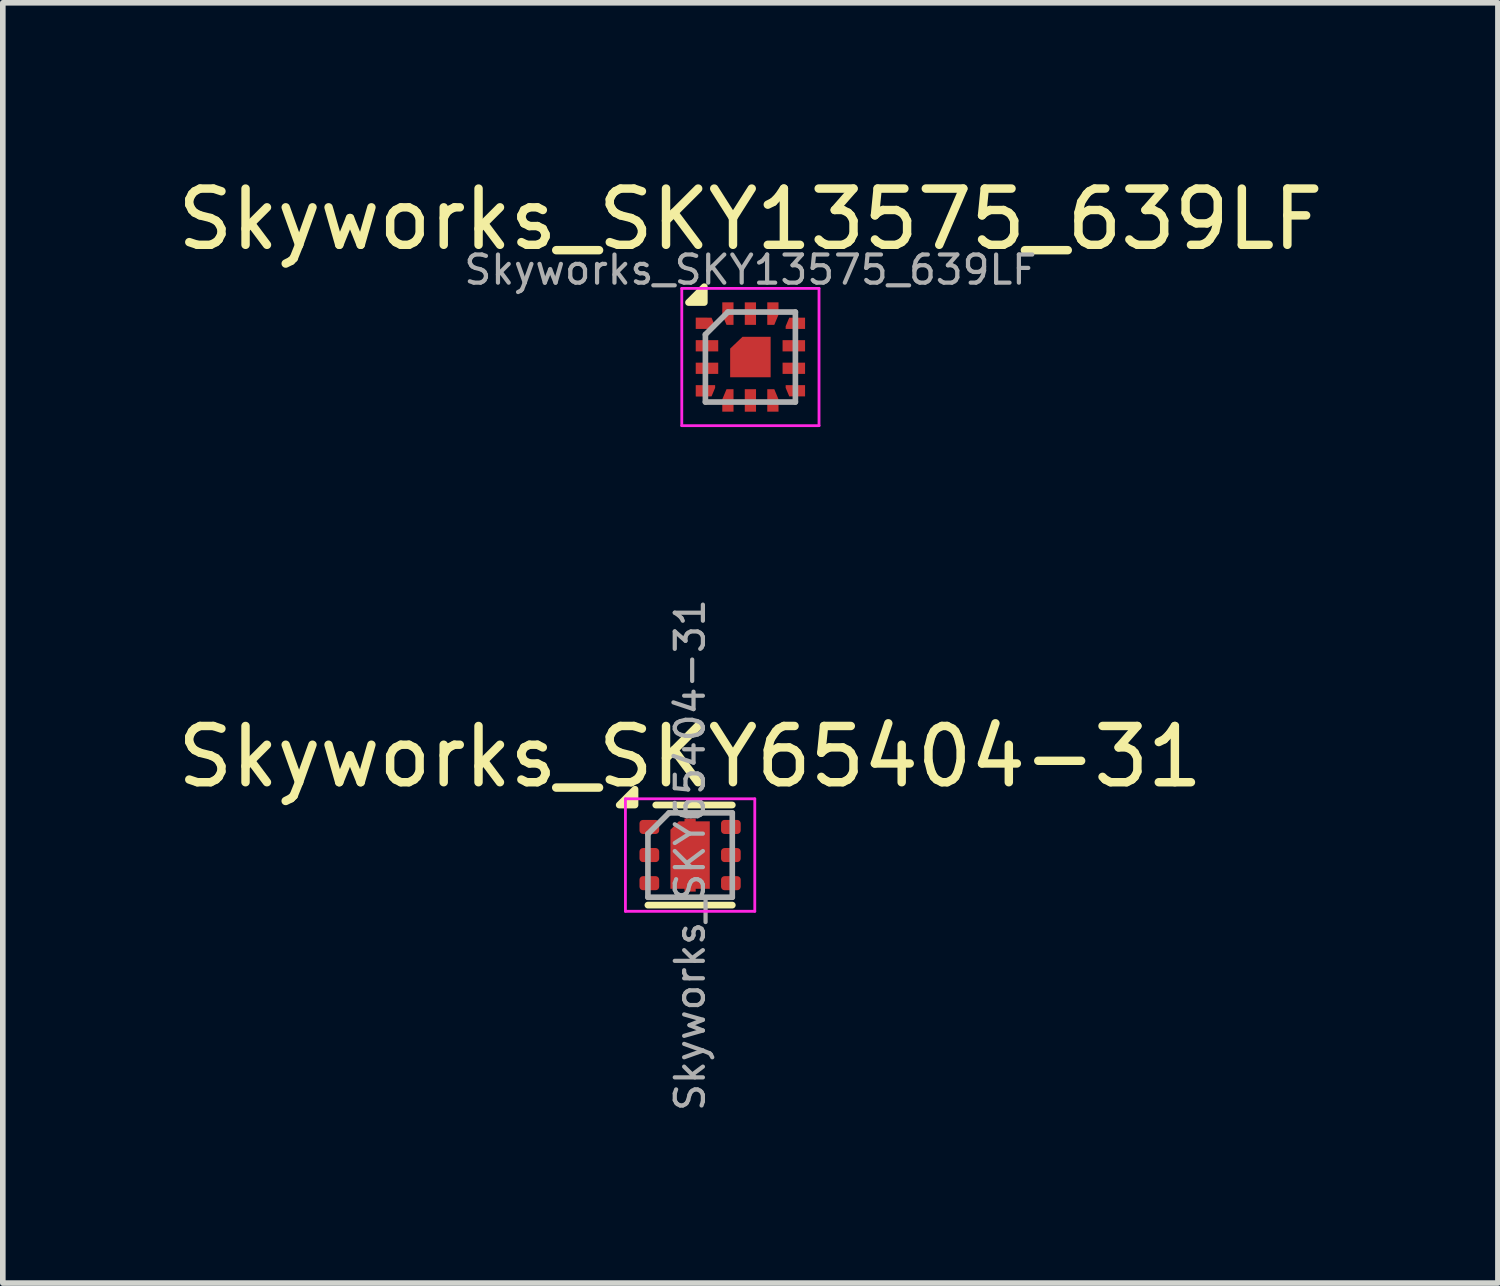
<source format=kicad_pcb>
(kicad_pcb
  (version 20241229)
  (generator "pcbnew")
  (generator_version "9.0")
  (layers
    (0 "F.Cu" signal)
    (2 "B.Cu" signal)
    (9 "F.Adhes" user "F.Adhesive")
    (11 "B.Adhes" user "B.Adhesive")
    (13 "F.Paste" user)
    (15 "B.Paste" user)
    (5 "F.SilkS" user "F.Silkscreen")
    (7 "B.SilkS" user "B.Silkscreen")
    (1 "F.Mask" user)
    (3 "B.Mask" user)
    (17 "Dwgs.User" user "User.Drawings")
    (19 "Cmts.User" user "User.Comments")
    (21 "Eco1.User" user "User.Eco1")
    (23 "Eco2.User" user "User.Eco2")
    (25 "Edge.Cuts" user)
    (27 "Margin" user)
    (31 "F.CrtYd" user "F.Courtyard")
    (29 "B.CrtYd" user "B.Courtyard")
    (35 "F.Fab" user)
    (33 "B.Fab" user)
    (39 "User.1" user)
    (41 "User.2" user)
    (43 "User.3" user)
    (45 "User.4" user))
  (footprint "Skyworks_SKY65404-31"
    (layer "F.Cu")
    (at 9.22 12.153)
    (property "Reference" "Skyworks_SKY65404-31" (at 0 -1.75 0) (layer "F.SilkS") (effects (font (size 1 1) (thickness 0.15))))
    (attr smd)
    (fp_line (start -0.75 0.89) (end 0.75 0.89) (stroke (width 0.12) (type solid)) (layer "F.SilkS"))
    (fp_line (start -0.61 -0.89) (end 0.75 -0.89) (stroke (width 0.12) (type solid)) (layer "F.SilkS"))
    (fp_poly (pts (xy -0.98 -0.89) (xy -1.26 -0.89) (xy -0.98 -1.17) (xy -0.98 -0.89)) (stroke (width 0.12) (type solid)) (fill yes) (layer "F.SilkS"))
    (fp_line (start -1.15 -1) (end 1.15 -1) (stroke (width 0.05) (type solid)) (layer "F.CrtYd"))
    (fp_line (start -1.15 1) (end -1.15 -1) (stroke (width 0.05) (type solid)) (layer "F.CrtYd"))
    (fp_line (start 1.15 -1) (end 1.15 1) (stroke (width 0.05) (type solid)) (layer "F.CrtYd"))
    (fp_line (start 1.15 1) (end -1.15 1) (stroke (width 0.05) (type solid)) (layer "F.CrtYd"))
    (fp_line (start -0.75 -0.375) (end -0.375 -0.75) (stroke (width 0.1) (type solid)) (layer "F.Fab"))
    (fp_line (start -0.75 0.75) (end -0.75 -0.375) (stroke (width 0.1) (type solid)) (layer "F.Fab"))
    (fp_line (start -0.375 -0.75) (end 0.75 -0.75) (stroke (width 0.1) (type solid)) (layer "F.Fab"))
    (fp_line (start 0.75 -0.75) (end 0.75 0.75) (stroke (width 0.1) (type solid)) (layer "F.Fab"))
    (fp_line (start 0.75 0.75) (end -0.75 0.75) (stroke (width 0.1) (type solid)) (layer "F.Fab"))
    (fp_text user "${REFERENCE}" (at 0 0 270) (layer "F.Fab") (effects (font (size 0.5 0.5) (thickness 0.075))))
    (pad "1" smd roundrect (at -0.725 -0.5) (size 0.35 0.25) (layers "F.Cu" "F.Mask" "F.Paste") (roundrect_rratio 0.25))
    (pad "2" smd roundrect (at -0.725 0) (size 0.35 0.25) (layers "F.Cu" "F.Mask" "F.Paste") (roundrect_rratio 0.25))
    (pad "3" smd roundrect (at -0.725 0.5) (size 0.35 0.25) (layers "F.Cu" "F.Mask" "F.Paste") (roundrect_rratio 0.25))
    (pad "4" smd roundrect (at 0.725 0.5) (size 0.35 0.25) (layers "F.Cu" "F.Mask" "F.Paste") (roundrect_rratio 0.25))
    (pad "5" smd roundrect (at 0.725 0) (size 0.35 0.25) (layers "F.Cu" "F.Mask" "F.Paste") (roundrect_rratio 0.25))
    (pad "6" smd roundrect (at 0.725 -0.5) (size 0.35 0.25) (layers "F.Cu" "F.Mask" "F.Paste") (roundrect_rratio 0.25))
    (pad "7" smd custom (at 0 0) (size 0.35 0.25) (layers "F.Cu" "F.Mask" "F.Paste") (options (anchor rect)) (primitives (gr_poly (pts (xy 0.1 -0.6) (xy 0.35 -0.6) (xy 0.35 0.6) (xy 0.1 0.6) (xy 0.1 0.65) (xy -0.1 0.65) (xy -0.1 0.6) (xy -0.35 0.6) (xy -0.35 -0.45) (xy -0.2 -0.6) (xy -0.1 -0.6) (xy -0.1 -0.65) (xy 0.1 -0.65)) (width 0) (fill yes)))))
  (footprint "Skyworks_SKY13575_639LF"
    (layer "F.Cu")
    (at 10.292 3.298)
    (property "Reference" "Skyworks_SKY13575_639LF" (at 0 -2.45 0) (layer "F.SilkS") (effects (font (size 1 1) (thickness 0.15))))
    (attr smd)
    (fp_poly (pts (xy -0.82 -0.97) (xy -1.1 -0.97) (xy -0.82 -1.25) (xy -0.82 -0.97)) (stroke (width 0.12) (type solid)) (fill yes) (layer "F.SilkS"))
    (fp_line (start -1.22 -1.22) (end -1.22 1.22) (stroke (width 0.05) (type solid)) (layer "F.CrtYd"))
    (fp_line (start -1.22 1.22) (end 1.22 1.22) (stroke (width 0.05) (type solid)) (layer "F.CrtYd"))
    (fp_line (start 1.22 -1.22) (end -1.22 -1.22) (stroke (width 0.05) (type solid)) (layer "F.CrtYd"))
    (fp_line (start 1.22 1.22) (end 1.22 -1.22) (stroke (width 0.05) (type solid)) (layer "F.CrtYd"))
    (fp_line (start -0.8 -0.4) (end -0.8 0.8) (stroke (width 0.1) (type solid)) (layer "F.Fab"))
    (fp_line (start -0.8 0.8) (end 0.8 0.8) (stroke (width 0.1) (type solid)) (layer "F.Fab"))
    (fp_line (start -0.4 -0.8) (end -0.8 -0.4) (stroke (width 0.1) (type solid)) (layer "F.Fab"))
    (fp_line (start 0.8 -0.8) (end -0.4 -0.8) (stroke (width 0.1) (type solid)) (layer "F.Fab"))
    (fp_line (start 0.8 0.8) (end 0.8 -0.8) (stroke (width 0.1) (type solid)) (layer "F.Fab"))
    (fp_text user "${REFERENCE}" (at 0 -1.55 0) (layer "F.Fab") (effects (font (size 0.5 0.5) (thickness 0.075))))
    (pad "" smd rect (at -0.185 0.185) (size 0.29 0.29) (layers "F.Paste"))
    (pad "" smd custom (at -0.17 -0.17) (size 0.1 0.1) (layers "F.Paste") (options (anchor rect)) (primitives (gr_poly (pts (xy 0.13 0.13) (xy -0.16 0.13) (xy -0.16 0.03) (xy 0.04 -0.16) (xy 0.13 -0.16)) (width 0) (fill yes))))
    (pad "" smd rect (at 0.185 -0.185) (size 0.29 0.29) (layers "F.Paste"))
    (pad "" smd rect (at 0.185 0.185) (size 0.29 0.29) (layers "F.Paste"))
    (pad "1" smd custom (at -0.866 -0.601) (size 0.2 0.2) (layers "F.Cu" "F.Mask" "F.Paste") (options (anchor rect)) (primitives (gr_poly (pts (xy 0.239 0.053) (xy 0.239 0.101) (xy -0.106 0.101) (xy -0.106 -0.099) (xy 0.175 -0.099)) (width 0) (fill yes))))
    (pad "2" smd rect (at -0.772 -0.2) (size 0.4 0.2) (layers "F.Cu" "F.Mask" "F.Paste"))
    (pad "3" smd rect (at -0.772 0.2) (size 0.4 0.2) (layers "F.Cu" "F.Mask" "F.Paste"))
    (pad "4" smd custom (at -0.866 0.602) (size 0.2 0.2) (layers "F.Cu" "F.Mask" "F.Paste") (options (anchor rect)) (primitives (gr_poly (pts (xy 0.239 -0.054) (xy 0.175 0.098) (xy -0.106 0.098) (xy -0.106 -0.102) (xy 0.239 -0.102)) (width 0) (fill yes))))
    (pad "5" smd custom (at -0.4 0.871) (size 0.19 0.2) (layers "F.Cu" "F.Mask" "F.Paste") (options (anchor rect)) (primitives (gr_poly (pts (xy 0.1 0.101) (xy -0.1 0.101) (xy -0.1 -0.119) (xy -0.025 -0.299) (xy 0.1 -0.299)) (width 0) (fill yes))))
    (pad "6" smd rect (at 0 0.772 90) (size 0.4 0.2) (layers "F.Cu" "F.Mask" "F.Paste"))
    (pad "7" smd custom (at 0.4 0.87) (size 0.19 0.2) (layers "F.Cu" "F.Mask" "F.Paste") (options (anchor rect)) (primitives (gr_poly (pts (xy 0.1 -0.118) (xy 0.1 0.102) (xy -0.1 0.102) (xy -0.1 -0.298) (xy 0.025 -0.298)) (width 0) (fill yes))))
    (pad "8" smd custom (at 0.871 0.6) (size 0.2 0.2) (layers "F.Cu" "F.Mask" "F.Paste") (options (anchor rect)) (primitives (gr_poly (pts (xy 0.101 0.1) (xy -0.18 0.1) (xy -0.244 -0.052) (xy -0.244 -0.1) (xy 0.101 -0.1)) (width 0) (fill yes))))
    (pad "9" smd rect (at 0.772 0.2) (size 0.4 0.2) (layers "F.Cu" "F.Mask" "F.Paste"))
    (pad "10" smd rect (at 0.772 -0.2) (size 0.4 0.2) (layers "F.Cu" "F.Mask" "F.Paste"))
    (pad "11" smd custom (at 0.872 -0.6) (size 0.2 0.2) (layers "F.Cu" "F.Mask" "F.Paste") (options (anchor rect)) (primitives (gr_poly (pts (xy 0.1 0.1) (xy -0.245 0.1) (xy -0.245 0.052) (xy -0.181 -0.1) (xy 0.1 -0.1)) (width 0) (fill yes))))
    (pad "12" smd custom (at 0.398 -0.87) (size 0.19 0.2) (layers "F.Cu" "F.Mask" "F.Paste") (options (anchor rect)) (primitives (gr_poly (pts (xy 0.102 0.118) (xy 0.027 0.298) (xy -0.098 0.298) (xy -0.098 -0.102) (xy 0.102 -0.102)) (width 0) (fill yes))))
    (pad "13" smd rect (at 0 -0.772 90) (size 0.4 0.2) (layers "F.Cu" "F.Mask" "F.Paste"))
    (pad "14" smd custom (at -0.4 -0.869) (size 0.19 0.2) (layers "F.Cu" "F.Mask" "F.Paste") (options (anchor rect)) (primitives (gr_poly (pts (xy 0.1 0.297) (xy -0.025 0.297) (xy -0.1 0.117) (xy -0.1 -0.103) (xy 0.1 -0.103)) (width 0) (fill yes))))
    (pad "15" smd custom (at 0 0) (size 0.29 0.29) (layers "F.Cu" "F.Mask") (options (anchor rect)) (primitives (gr_poly (pts (xy 0.36 0.36) (xy -0.36 0.36) (xy -0.36 -0.15) (xy -0.14 -0.36) (xy 0.36 -0.36)) (width 0) (fill yes)))))
  (gr_rect
    (start -3 -3)
    (end 23.583 19.763)
    (stroke (width 0.1) (type default))
    (fill no)
    (layer "Edge.Cuts")))
</source>
